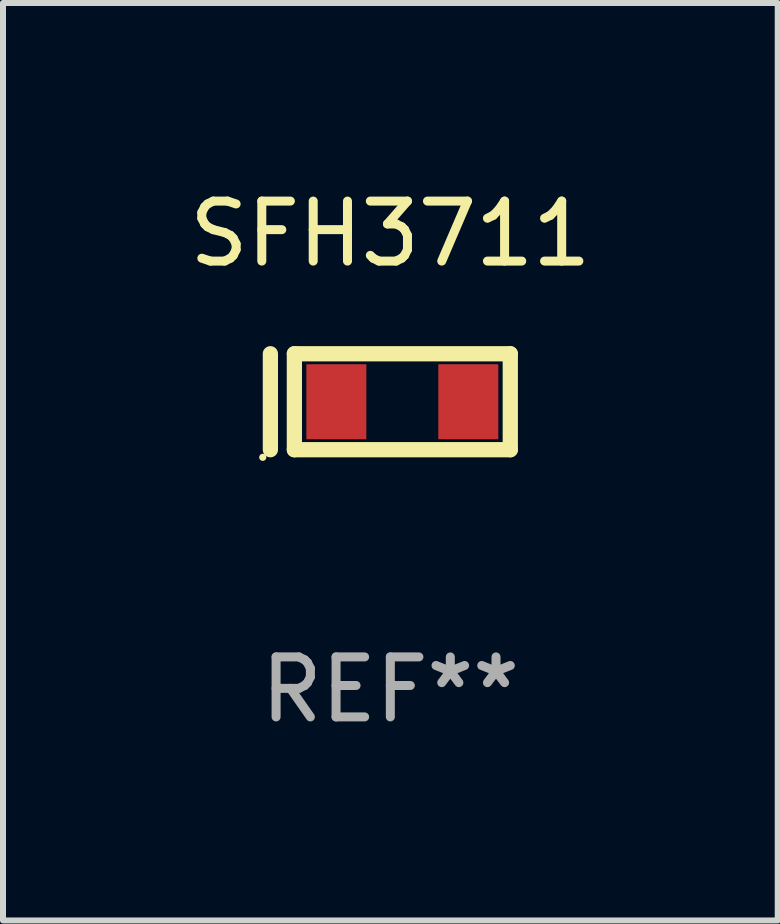
<source format=kicad_pcb>
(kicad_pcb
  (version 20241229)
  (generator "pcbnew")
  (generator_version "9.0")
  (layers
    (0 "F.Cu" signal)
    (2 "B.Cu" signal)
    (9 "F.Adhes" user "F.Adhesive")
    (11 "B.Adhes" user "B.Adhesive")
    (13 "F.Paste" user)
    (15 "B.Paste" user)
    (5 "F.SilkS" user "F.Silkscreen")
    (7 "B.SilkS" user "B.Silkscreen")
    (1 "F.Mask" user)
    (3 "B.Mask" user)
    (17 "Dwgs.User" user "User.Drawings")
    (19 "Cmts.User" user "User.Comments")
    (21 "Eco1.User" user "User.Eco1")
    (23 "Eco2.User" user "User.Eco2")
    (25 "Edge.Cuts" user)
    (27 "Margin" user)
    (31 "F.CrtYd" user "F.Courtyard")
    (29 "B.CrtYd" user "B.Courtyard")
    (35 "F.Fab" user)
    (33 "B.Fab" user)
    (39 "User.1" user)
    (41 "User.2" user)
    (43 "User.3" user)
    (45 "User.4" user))
  (footprint "SFH3711"
    (layer "F.Cu")
    (at 3.458 3.648)
    (property "Reference" "SFH3711" (at 0 -2.8 0) (layer "F.SilkS") (effects (font (size 1 1) (thickness 0.15))))
    (attr through_hole)
    (fp_line (start -2 -0.8) (end -2 0.8) (stroke (width 0.254) (type solid)) (layer "F.SilkS"))
    (fp_line (start -1.6 -0.8) (end 2 -0.8) (stroke (width 0.254) (type solid)) (layer "F.SilkS"))
    (fp_line (start -1.6 0.8) (end -1.6 -0.8) (stroke (width 0.254) (type solid)) (layer "F.SilkS"))
    (fp_line (start 2 -0.8) (end 2 0.8) (stroke (width 0.254) (type solid)) (layer "F.SilkS"))
    (fp_line (start 2 0.8) (end -1.6 0.8) (stroke (width 0.254) (type solid)) (layer "F.SilkS"))
    (fp_circle (center -2.127 0.927) (end -2.097 0.927) (stroke (width 0.06) (type solid)) (fill no) (layer "F.SilkS"))
    (fp_text user "REF**" (at 0 4.8 0) (layer "F.Fab") (effects (font (size 1 1) (thickness 0.15))))
    (pad "1" smd rect (at -0.9 0 180) (size 1 1.25) (layers "F.Cu" "F.Mask" "F.Paste"))
    (pad "2" smd rect (at 1.3 0 180) (size 1 1.25) (layers "F.Cu" "F.Mask" "F.Paste")))
  (gr_rect
    (start -3 -3)
    (end 9.917 12.297)
    (stroke (width 0.1) (type default))
    (fill no)
    (layer "Edge.Cuts")))
</source>
